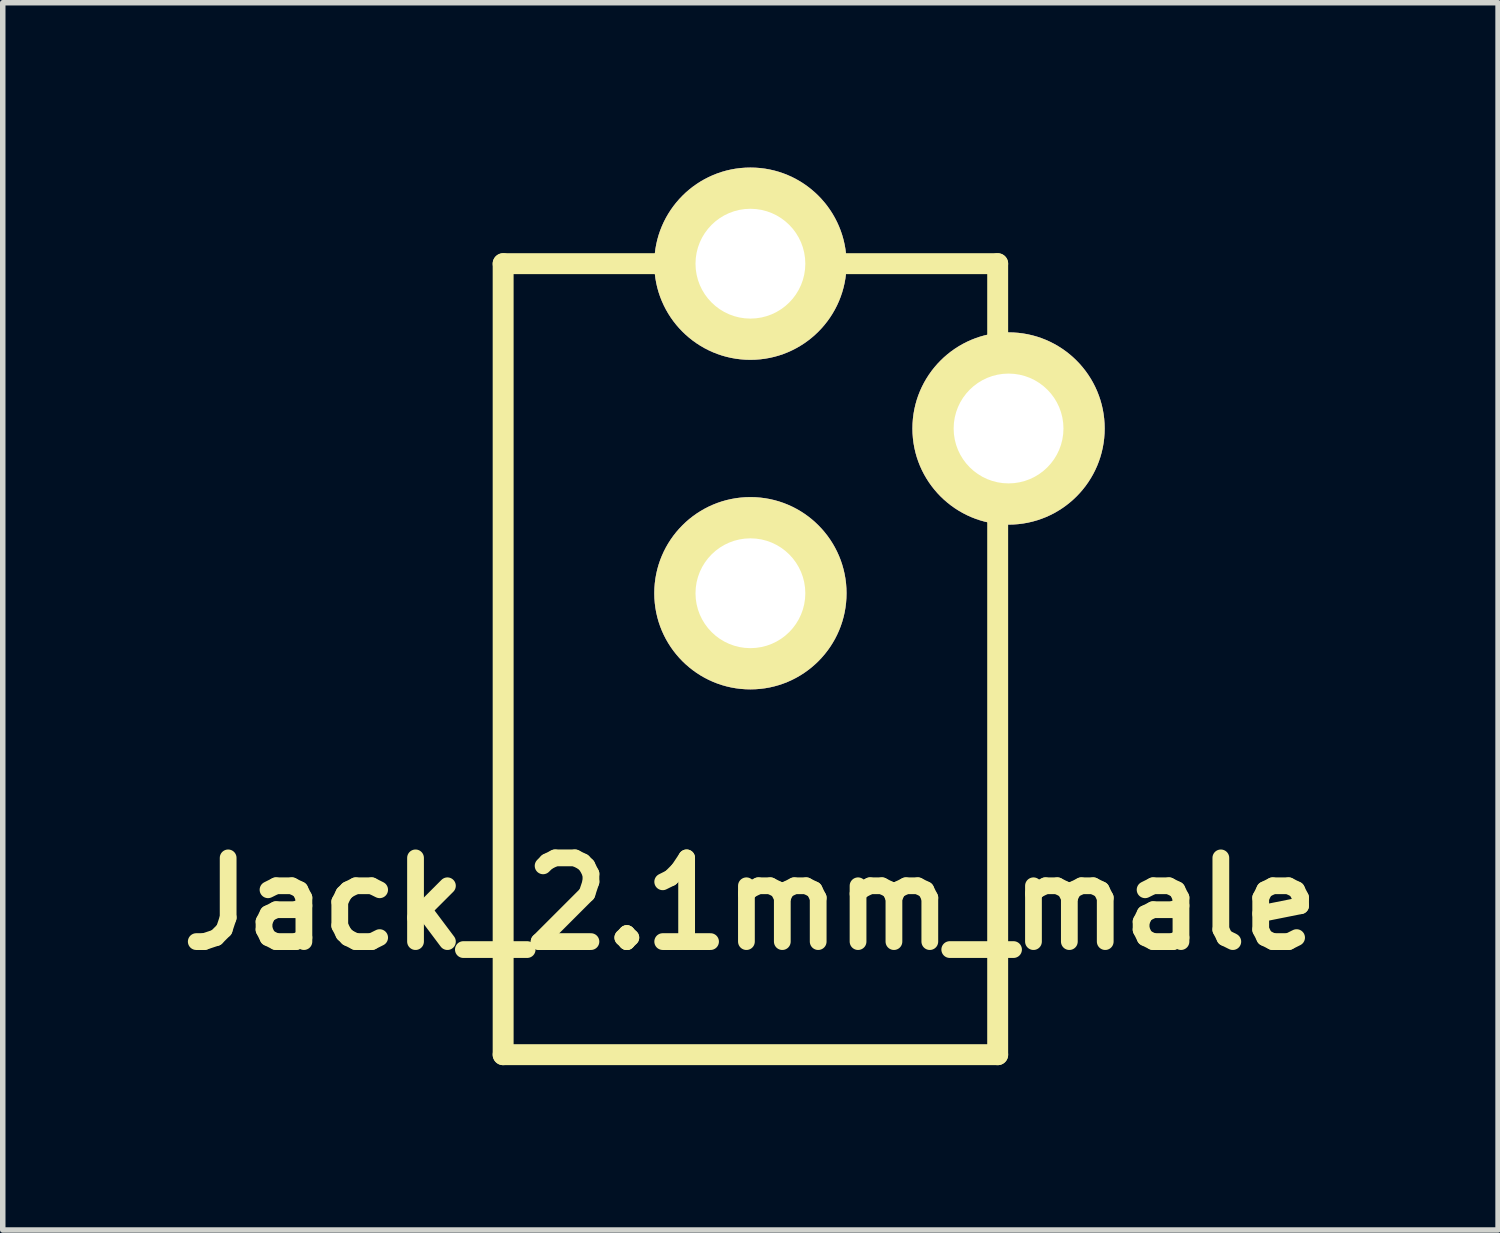
<source format=kicad_pcb>
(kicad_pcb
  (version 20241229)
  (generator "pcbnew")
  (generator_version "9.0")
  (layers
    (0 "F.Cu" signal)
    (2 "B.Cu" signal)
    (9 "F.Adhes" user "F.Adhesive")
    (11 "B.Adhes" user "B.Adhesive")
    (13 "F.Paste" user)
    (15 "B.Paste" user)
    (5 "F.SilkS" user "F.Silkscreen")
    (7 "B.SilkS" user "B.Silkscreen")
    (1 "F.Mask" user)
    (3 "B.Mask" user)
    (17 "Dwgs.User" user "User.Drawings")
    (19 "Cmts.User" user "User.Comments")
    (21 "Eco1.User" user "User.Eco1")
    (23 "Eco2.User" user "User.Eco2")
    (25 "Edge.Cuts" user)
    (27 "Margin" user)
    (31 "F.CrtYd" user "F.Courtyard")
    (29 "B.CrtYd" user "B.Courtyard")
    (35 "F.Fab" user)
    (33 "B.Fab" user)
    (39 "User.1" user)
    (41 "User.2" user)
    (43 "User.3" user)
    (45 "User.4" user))
  (footprint "Jack_2.1mm_male"
    (layer "F.Cu")
    (at 10.61 1.75)
    (property "Reference" "Jack_2.1mm_male" (at 0 11.651 0) (layer "F.SilkS") (effects (font (size 1.524 1.524) (thickness 0.305))))
    (attr through_hole)
    (fp_line (start -4.501 0) (end -4.501 14.399) (stroke (width 0.381) (type solid)) (layer "F.SilkS"))
    (fp_line (start -4.501 14.399) (end 4.501 14.399) (stroke (width 0.381) (type solid)) (layer "F.SilkS"))
    (fp_line (start 4.501 0) (end -4.501 0) (stroke (width 0.381) (type solid)) (layer "F.SilkS"))
    (fp_line (start 4.501 14.399) (end 4.501 0) (stroke (width 0.381) (type solid)) (layer "F.SilkS"))
    (pad "1" thru_hole circle (at 0 0) (size 3.5 3.5) (drill 1.999) (layers "*.Cu" "*.Mask" "F.SilkS"))
    (pad "2" thru_hole circle (at 0 5.999) (size 3.5 3.5) (drill 1.999) (layers "*.Cu" "*.Mask" "F.SilkS"))
    (pad "3" thru_hole circle (at 4.699 3) (size 3.5 3.5) (drill 1.999) (layers "*.Cu" "*.Mask" "F.SilkS")))
  (gr_rect
    (start -3 -3)
    (end 24.22 19.34)
    (stroke (width 0.1) (type default))
    (fill no)
    (layer "Edge.Cuts")))
</source>
